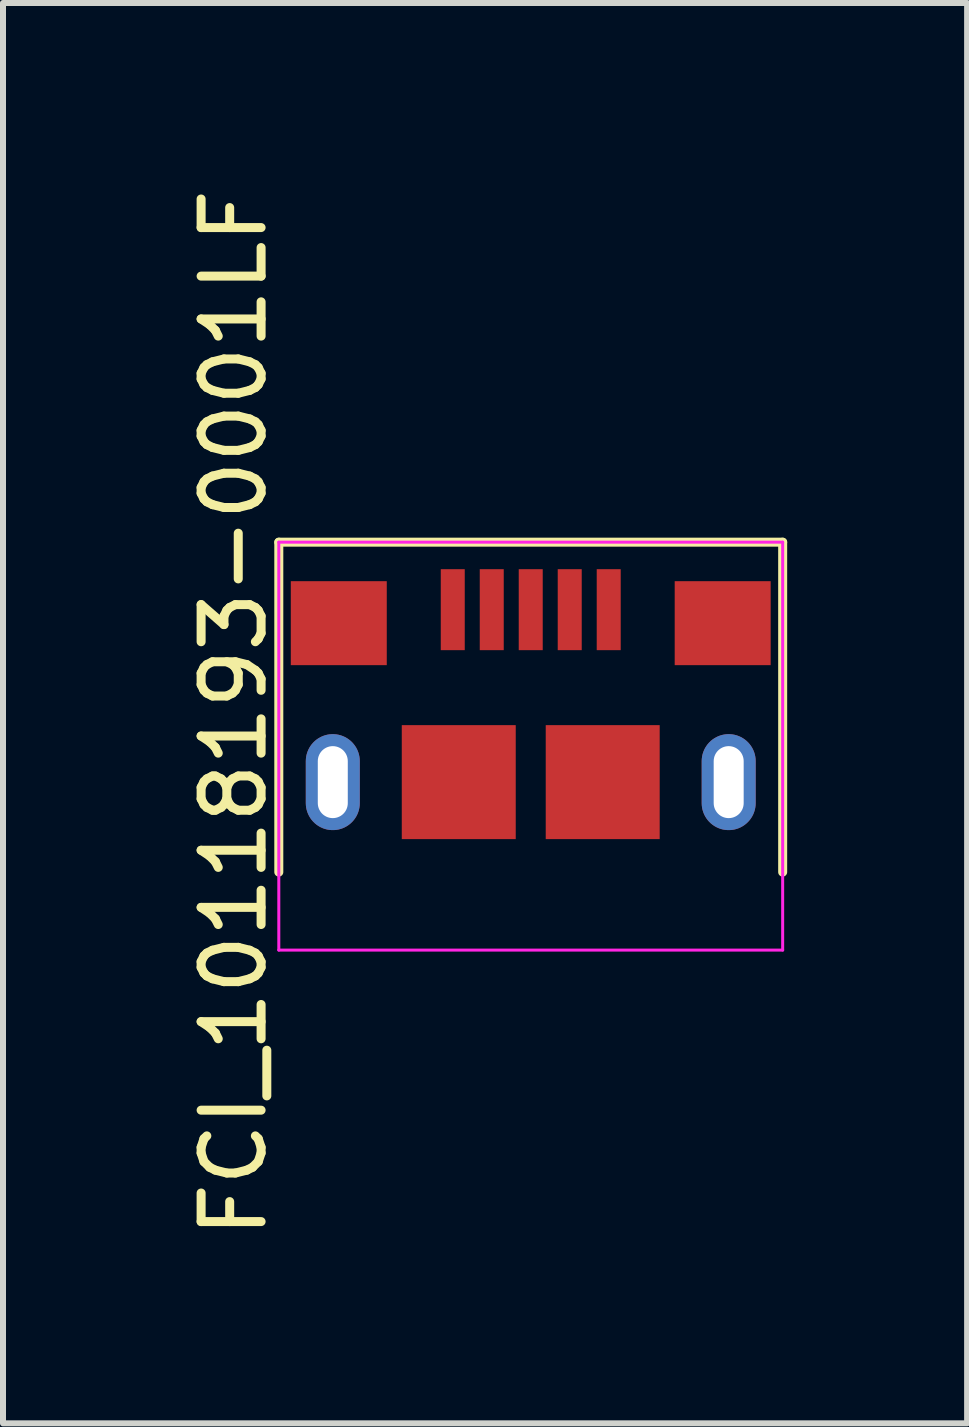
<source format=kicad_pcb>
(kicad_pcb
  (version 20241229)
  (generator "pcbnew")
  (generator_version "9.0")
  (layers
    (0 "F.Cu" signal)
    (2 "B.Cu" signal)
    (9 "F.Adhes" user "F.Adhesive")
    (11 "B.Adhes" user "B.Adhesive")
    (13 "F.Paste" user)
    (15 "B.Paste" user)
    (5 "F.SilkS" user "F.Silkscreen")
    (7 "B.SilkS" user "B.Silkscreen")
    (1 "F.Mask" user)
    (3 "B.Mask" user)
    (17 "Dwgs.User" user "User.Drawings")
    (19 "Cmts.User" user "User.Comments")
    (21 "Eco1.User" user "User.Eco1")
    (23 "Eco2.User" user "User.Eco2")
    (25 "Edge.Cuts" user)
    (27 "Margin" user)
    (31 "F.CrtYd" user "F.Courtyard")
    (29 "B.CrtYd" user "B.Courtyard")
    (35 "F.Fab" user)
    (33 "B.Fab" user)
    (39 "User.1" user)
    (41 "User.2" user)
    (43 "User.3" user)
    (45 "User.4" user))
  (footprint "FCI_10118193-0001LF"
    (layer "F.Cu")
    (at 5.798 9.989)
    (property "Reference" "FCI_10118193-0001LF" (at -4.95 -1.15 90) (layer "F.SilkS") (effects (font (size 1 1) (thickness 0.15))))
    (attr through_hole)
    (fp_line (start -4.2 -4) (end -4.2 1.5) (stroke (width 0.15) (type solid)) (layer "F.SilkS"))
    (fp_line (start 4.2 -4) (end -4.2 -4) (stroke (width 0.15) (type solid)) (layer "F.SilkS"))
    (fp_line (start 4.2 1.5) (end 4.2 -4) (stroke (width 0.15) (type solid)) (layer "F.SilkS"))
    (fp_line (start -4.2 -4) (end 4.2 -4) (stroke (width 0.05) (type solid)) (layer "F.CrtYd"))
    (fp_line (start -4.2 2.8) (end -4.2 -4) (stroke (width 0.05) (type solid)) (layer "F.CrtYd"))
    (fp_line (start 4.2 -4) (end 4.2 2.8) (stroke (width 0.05) (type solid)) (layer "F.CrtYd"))
    (fp_line (start 4.2 2.8) (end -4.2 2.8) (stroke (width 0.05) (type solid)) (layer "F.CrtYd"))
    (pad "1" smd rect (at -1.3 -2.875) (size 0.4 1.35) (layers "F.Cu" "F.Mask" "F.Paste"))
    (pad "2" smd rect (at -0.65 -2.875) (size 0.4 1.35) (layers "F.Cu" "F.Mask" "F.Paste"))
    (pad "3" smd rect (at 0 -2.875) (size 0.4 1.35) (layers "F.Cu" "F.Mask" "F.Paste"))
    (pad "4" smd rect (at 0.65 -2.875) (size 0.4 1.35) (layers "F.Cu" "F.Mask" "F.Paste"))
    (pad "5" smd rect (at 1.3 -2.875) (size 0.4 1.35) (layers "F.Cu" "F.Mask" "F.Paste"))
    (pad "SH" thru_hole oval (at -3.3 0) (size 0.9 1.6) (drill oval 0.5 1.2) (layers "*.Cu" "*.Mask"))
    (pad "SH" smd rect (at -3.2 -2.65) (size 1.6 1.4) (layers "F.Cu" "F.Mask" "F.Paste"))
    (pad "SH" smd rect (at -1.2 0) (size 1.9 1.9) (layers "F.Cu" "F.Mask" "F.Paste"))
    (pad "SH" smd rect (at 1.2 0) (size 1.9 1.9) (layers "F.Cu" "F.Mask" "F.Paste"))
    (pad "SH" smd rect (at 3.2 -2.65) (size 1.6 1.4) (layers "F.Cu" "F.Mask" "F.Paste"))
    (pad "SH" thru_hole oval (at 3.3 0) (size 0.9 1.6) (drill oval 0.5 1.2) (layers "*.Cu" "*.Mask")))
  (gr_rect
    (start -3 -3)
    (end 13.073 20.679)
    (stroke (width 0.1) (type default))
    (fill no)
    (layer "Edge.Cuts")))
</source>
